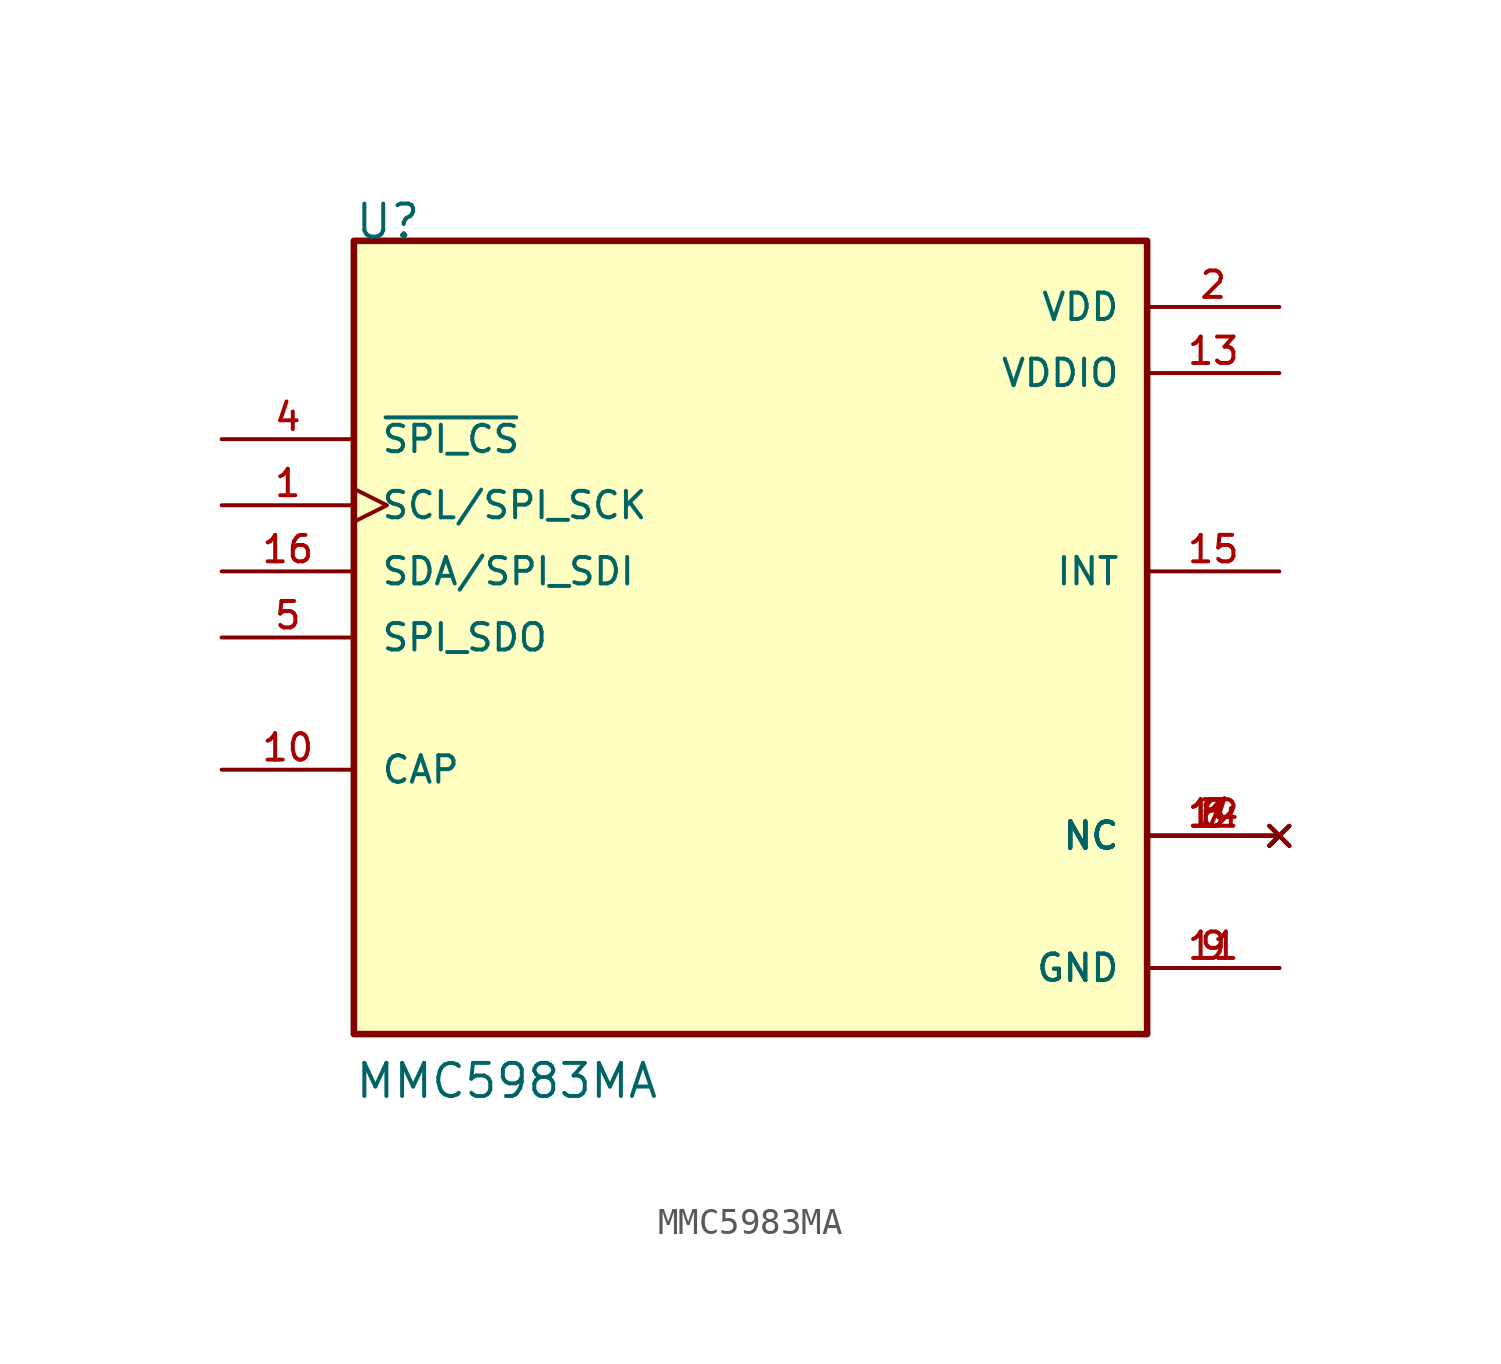
<source format=kicad_sym>
(kicad_symbol_lib
  (version 20211014)
  (generator kicad_symbol_editor)
  (symbol "MMC5983MA"
    (pin_names
      (offset 1.016))
    (property "Reference" "U"
      (at -15.24 15.24 0)
      (effects (font (size 1.27 1.27)) (justify left bottom)))
    (property "Value" "MMC5983MA"
      (at -15.24 -17.78 0)
      (effects (font (size 1.27 1.27)) (justify left bottom)))
    (property "ki_locked" ""
      (at 0 0 0)
      (effects (font (size 1.27 1.27))))
    (symbol "MMC5983MA_0_0"
      (rectangle (start -15.24 -15.24) (end 15.24 15.24) (stroke (width 0.254) (type default) (color 0 0 0 0)) (fill (type background)))
      (pin input clock (at -20.32 5.08 0) (length 5.08) (name "SCL/SPI_SCK" (effects (font (size 1.016 1.016)))) (number "1" (effects (font (size 1.016 1.016)))))
      (pin passive line (at -20.32 -5.08 0) (length 5.08) (name "CAP" (effects (font (size 1.016 1.016)))) (number "10" (effects (font (size 1.016 1.016)))))
      (pin power_in line (at 20.32 -12.7 180) (length 5.08) (name "GND" (effects (font (size 1.016 1.016)))) (number "11" (effects (font (size 1.016 1.016)))))
      (pin no_connect line (at 20.32 -7.62 180) (length 5.08) (name "NC" (effects (font (size 1.016 1.016)))) (number "12" (effects (font (size 1.016 1.016)))))
      (pin power_in line (at 20.32 10.16 180) (length 5.08) (name "VDDIO" (effects (font (size 1.016 1.016)))) (number "13" (effects (font (size 1.016 1.016)))))
      (pin no_connect line (at 20.32 -7.62 180) (length 5.08) (name "NC" (effects (font (size 1.016 1.016)))) (number "14" (effects (font (size 1.016 1.016)))))
      (pin output line (at 20.32 2.54 180) (length 5.08) (name "INT" (effects (font (size 1.016 1.016)))) (number "15" (effects (font (size 1.016 1.016)))))
      (pin bidirectional line (at -20.32 2.54 0) (length 5.08) (name "SDA/SPI_SDI" (effects (font (size 1.016 1.016)))) (number "16" (effects (font (size 1.016 1.016)))))
      (pin power_in line (at 20.32 12.7 180) (length 5.08) (name "VDD" (effects (font (size 1.016 1.016)))) (number "2" (effects (font (size 1.016 1.016)))))
      (pin no_connect line (at 20.32 -7.62 180) (length 5.08) (name "NC" (effects (font (size 1.016 1.016)))) (number "3" (effects (font (size 1.016 1.016)))))
      (pin input line (at -20.32 7.62 0) (length 5.08) (name "~{SPI_CS}" (effects (font (size 1.016 1.016)))) (number "4" (effects (font (size 1.016 1.016)))))
      (pin output line (at -20.32 0 0) (length 5.08) (name "SPI_SDO" (effects (font (size 1.016 1.016)))) (number "5" (effects (font (size 1.016 1.016)))))
      (pin no_connect line (at 20.32 -7.62 180) (length 5.08) (name "NC" (effects (font (size 1.016 1.016)))) (number "6" (effects (font (size 1.016 1.016)))))
      (pin no_connect line (at 20.32 -7.62 180) (length 5.08) (name "NC" (effects (font (size 1.016 1.016)))) (number "7" (effects (font (size 1.016 1.016)))))
      (pin no_connect line (at 20.32 -7.62 180) (length 5.08) (name "NC" (effects (font (size 1.016 1.016)))) (number "8" (effects (font (size 1.016 1.016)))))
      (pin power_in line (at 20.32 -12.7 180) (length 5.08) (name "GND" (effects (font (size 1.016 1.016)))) (number "9" (effects (font (size 1.016 1.016))))))))
</source>
